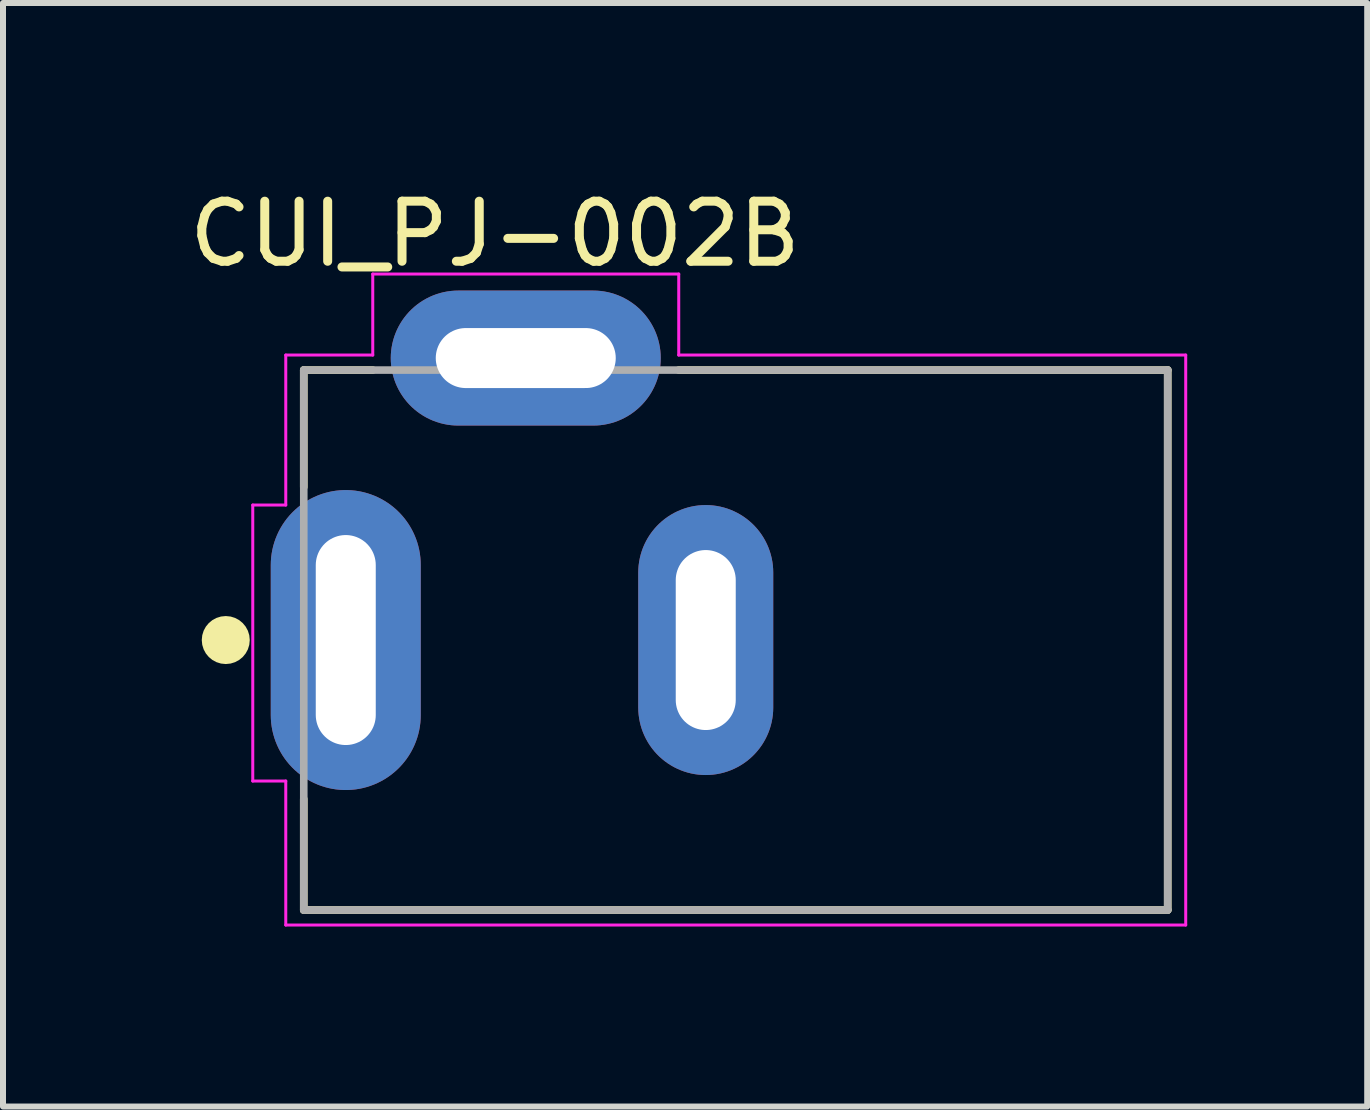
<source format=kicad_pcb>
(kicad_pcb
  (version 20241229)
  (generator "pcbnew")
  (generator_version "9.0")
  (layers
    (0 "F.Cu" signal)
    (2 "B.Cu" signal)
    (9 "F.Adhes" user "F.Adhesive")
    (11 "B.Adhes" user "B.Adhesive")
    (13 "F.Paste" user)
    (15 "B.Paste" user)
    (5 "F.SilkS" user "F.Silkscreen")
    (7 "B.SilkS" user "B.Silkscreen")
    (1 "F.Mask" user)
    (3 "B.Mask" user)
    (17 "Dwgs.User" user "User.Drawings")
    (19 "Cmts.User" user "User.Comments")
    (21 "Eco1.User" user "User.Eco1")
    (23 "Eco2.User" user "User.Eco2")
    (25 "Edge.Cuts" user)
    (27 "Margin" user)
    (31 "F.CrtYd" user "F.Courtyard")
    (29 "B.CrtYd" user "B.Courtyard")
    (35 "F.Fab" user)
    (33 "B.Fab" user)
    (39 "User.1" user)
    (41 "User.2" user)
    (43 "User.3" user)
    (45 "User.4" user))
  (footprint "CUI_PJ-002B"
    (layer "F.Cu")
    (at 2.713 7.618)
    (property "Reference" "CUI_PJ-002B" (at 2.487 -6.769 0) (layer "F.SilkS") (effects (font (size 1.001 1.001) (thickness 0.15))))
    (attr through_hole)
    (fp_line (start -0.7 -4.5) (end 0.45 -4.5) (stroke (width 0.127) (type solid)) (layer "F.SilkS"))
    (fp_line (start -0.7 -2.55) (end -0.7 -4.5) (stroke (width 0.127) (type solid)) (layer "F.SilkS"))
    (fp_line (start -0.7 4.5) (end -0.7 2.65) (stroke (width 0.127) (type solid)) (layer "F.SilkS"))
    (fp_line (start 5.55 -4.5) (end 13.7 -4.5) (stroke (width 0.127) (type solid)) (layer "F.SilkS"))
    (fp_line (start 13.7 -4.5) (end 13.7 4.5) (stroke (width 0.127) (type solid)) (layer "F.SilkS"))
    (fp_line (start 13.7 4.5) (end -0.7 4.5) (stroke (width 0.127) (type solid)) (layer "F.SilkS"))
    (fp_circle (center -2 0) (end -1.8 0) (stroke (width 0.4) (type solid)) (fill no) (layer "F.SilkS"))
    (fp_line (start -1.55 -2.25) (end -1.55 2.35) (stroke (width 0.05) (type solid)) (layer "F.CrtYd"))
    (fp_line (start -1.55 2.35) (end -1 2.35) (stroke (width 0.05) (type solid)) (layer "F.CrtYd"))
    (fp_line (start -1 -4.75) (end 0.45 -4.75) (stroke (width 0.05) (type solid)) (layer "F.CrtYd"))
    (fp_line (start -1 -2.25) (end -1.55 -2.25) (stroke (width 0.05) (type solid)) (layer "F.CrtYd"))
    (fp_line (start -1 -2.25) (end -1 -4.75) (stroke (width 0.05) (type solid)) (layer "F.CrtYd"))
    (fp_line (start -1 4.75) (end -1 2.35) (stroke (width 0.05) (type solid)) (layer "F.CrtYd"))
    (fp_line (start 0.45 -6.1) (end 5.55 -6.1) (stroke (width 0.05) (type solid)) (layer "F.CrtYd"))
    (fp_line (start 0.45 -4.75) (end 0.45 -6.1) (stroke (width 0.05) (type solid)) (layer "F.CrtYd"))
    (fp_line (start 5.55 -6.1) (end 5.55 -4.75) (stroke (width 0.05) (type solid)) (layer "F.CrtYd"))
    (fp_line (start 5.55 -4.75) (end 14 -4.75) (stroke (width 0.05) (type solid)) (layer "F.CrtYd"))
    (fp_line (start 14 -4.75) (end 14 4.75) (stroke (width 0.05) (type solid)) (layer "F.CrtYd"))
    (fp_line (start 14 4.75) (end -1 4.75) (stroke (width 0.05) (type solid)) (layer "F.CrtYd"))
    (fp_line (start -0.7 -4.5) (end 13.7 -4.5) (stroke (width 0.127) (type solid)) (layer "F.Fab"))
    (fp_line (start -0.7 4.5) (end -0.7 -4.5) (stroke (width 0.127) (type solid)) (layer "F.Fab"))
    (fp_line (start 13.7 -4.5) (end 13.7 4.5) (stroke (width 0.127) (type solid)) (layer "F.Fab"))
    (fp_line (start 13.7 4.5) (end -0.7 4.5) (stroke (width 0.127) (type solid)) (layer "F.Fab"))
    (pad "1" thru_hole oval (at 0 0) (size 2.5 5) (drill oval 1 3.5) (layers "*.Cu" "*.Mask"))
    (pad "2" thru_hole oval (at 6 0) (size 2.25 4.5) (drill oval 1 3) (layers "*.Cu" "*.Mask"))
    (pad "MP" thru_hole oval (at 3 -4.7) (size 4.5 2.25) (drill oval 3 1) (layers "*.Cu" "*.Mask")))
  (gr_rect
    (start -3 -3)
    (end 19.738 15.393)
    (stroke (width 0.1) (type default))
    (fill no)
    (layer "Edge.Cuts")))
</source>
